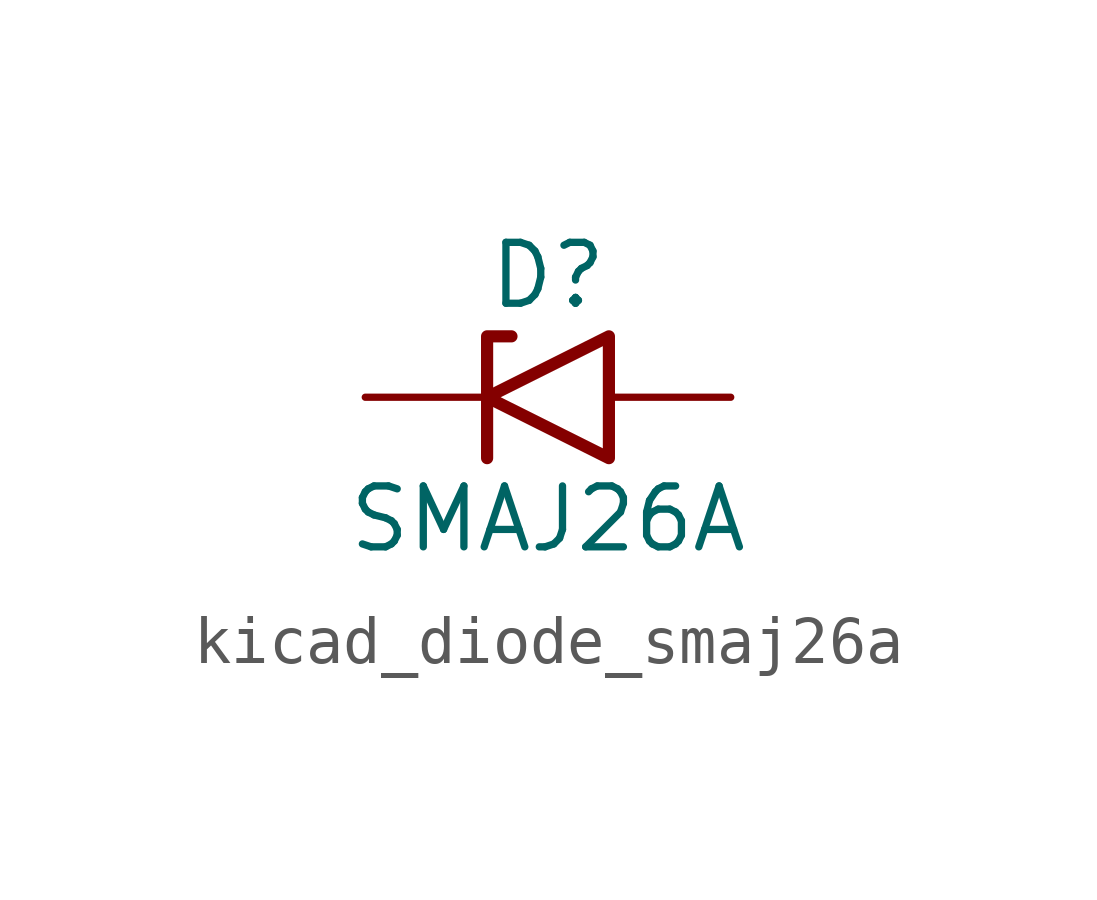
<source format=kicad_sym>
(kicad_symbol_lib
  (version 20220914)
  (generator kicad_symbol_editor)
  (symbol "kicad_diode_smaj26a"
    (pin_numbers hide)
    (pin_names
      (offset 1.016) hide)
    (property "Reference" "D"
      (at 0 2.54 0)
      (effects (font (size 1.27 1.27))))
    (property "Value" "SMAJ26A"
      (at 0 -2.54 0)
      (effects (font (size 1.27 1.27))))
    (symbol "kicad_diode_smaj26a_0_1"
      (polyline (pts (xy -0.762 1.27) (xy -1.27 1.27) (xy -1.27 -1.27)) (stroke (width 0.254) (type default)) (fill (type none)))
      (polyline (pts (xy 1.27 1.27) (xy 1.27 -1.27) (xy -1.27 0) (xy 1.27 1.27)) (stroke (width 0.254) (type default)) (fill (type none))))
    (symbol "kicad_diode_smaj26a_1_1"
      (pin passive line (at -3.81 0 0) (length 2.54) (name "A1" (effects (font (size 1.27 1.27)))) (number "1" (effects (font (size 1.27 1.27)))))
      (pin passive line (at 3.81 0 180) (length 2.54) (name "A2" (effects (font (size 1.27 1.27)))) (number "2" (effects (font (size 1.27 1.27))))))))
</source>
